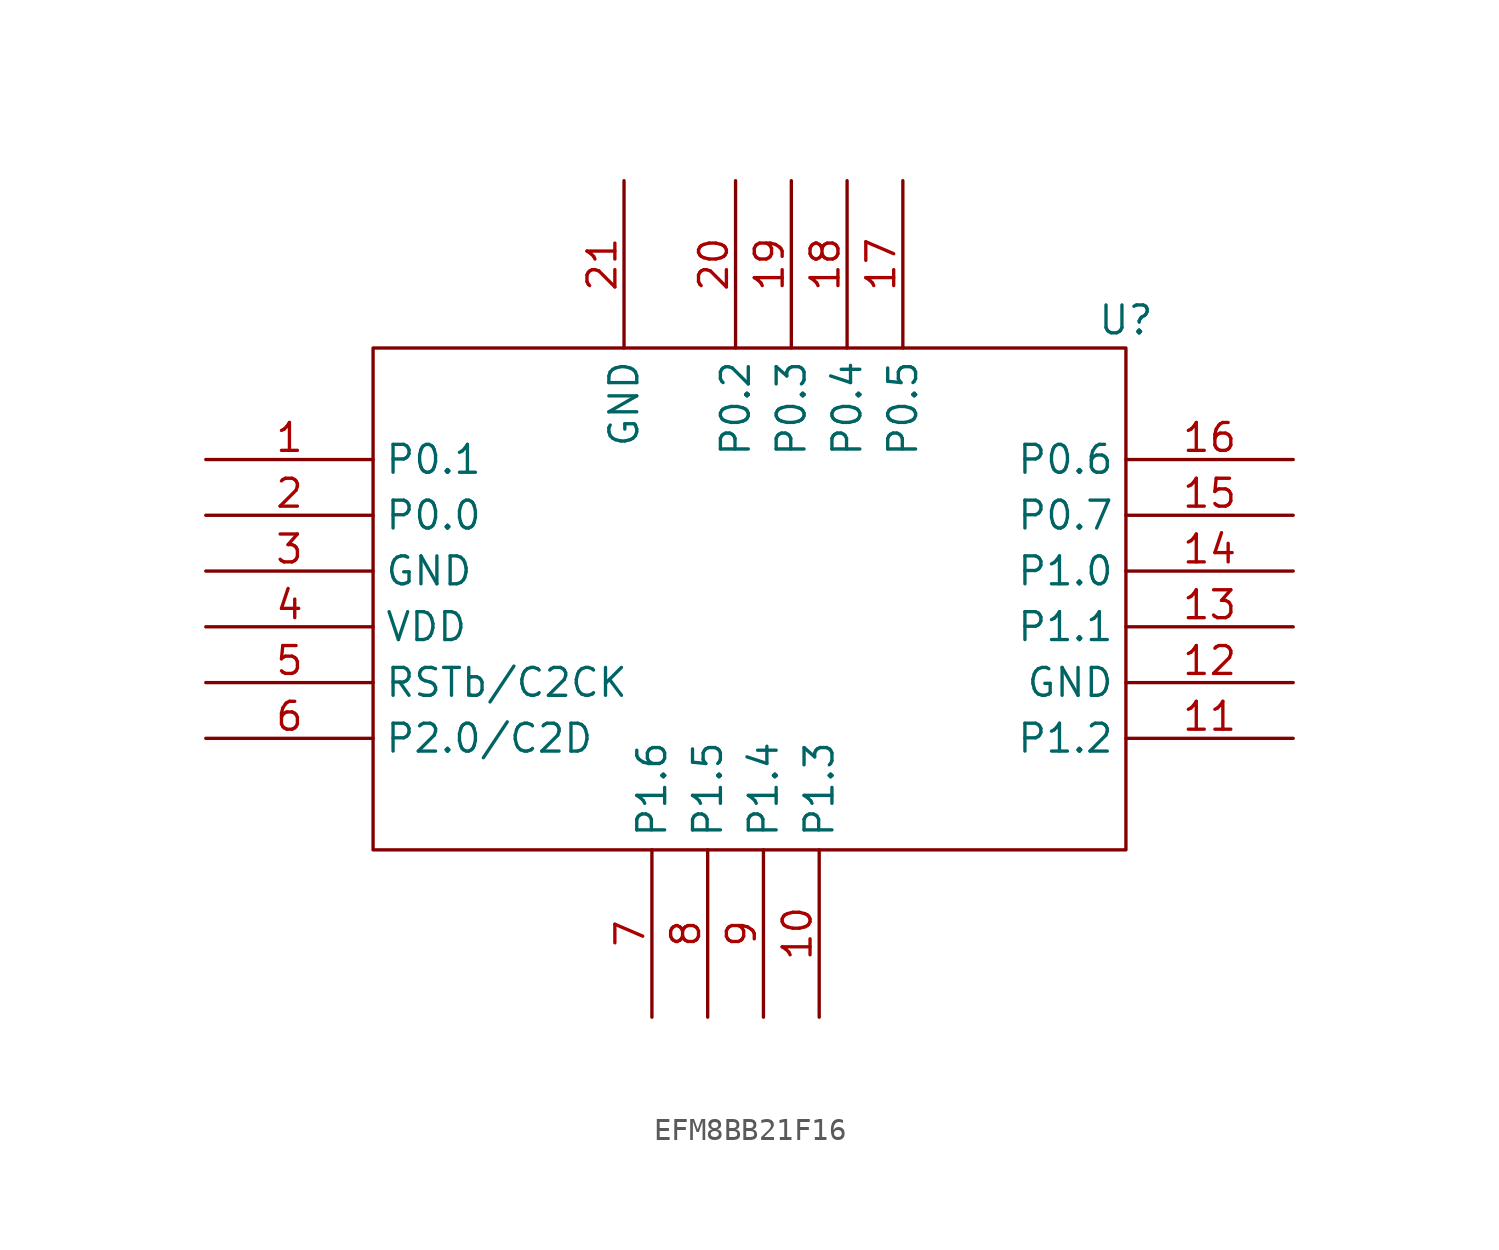
<source format=kicad_sym>
(kicad_symbol_lib
  (version 20220914)
  (generator kicad_symbol_editor)
  (symbol "EFM8BB21F16"
    (property "Reference" "U"
      (at 16.51 12.7 0)
      (effects (font (size 1.27 1.27))))
    (property "Value" ""
      (at 0 0 0)
      (effects (font (size 1.27 1.27))))
    (symbol "EFM8BB21F16_0_1"
      (rectangle (start -17.78 11.43) (end 16.51 -11.43) (stroke (width 0) (type solid)) (fill (type none))))
    (symbol "EFM8BB21F16_1_1"
      (pin input line (at -25.4 6.35 0) (length 7.62) (name "P0.1" (effects (font (size 1.27 1.27)))) (number "1" (effects (font (size 1.27 1.27)))))
      (pin input line (at 2.54 -19.05 90) (length 7.62) (name "P1.3" (effects (font (size 1.27 1.27)))) (number "10" (effects (font (size 1.27 1.27)))))
      (pin input line (at 24.13 -6.35 180) (length 7.62) (name "P1.2" (effects (font (size 1.27 1.27)))) (number "11" (effects (font (size 1.27 1.27)))))
      (pin input line (at 24.13 -3.81 180) (length 7.62) (name "GND" (effects (font (size 1.27 1.27)))) (number "12" (effects (font (size 1.27 1.27)))))
      (pin input line (at 24.13 -1.27 180) (length 7.62) (name "P1.1" (effects (font (size 1.27 1.27)))) (number "13" (effects (font (size 1.27 1.27)))))
      (pin input line (at 24.13 1.27 180) (length 7.62) (name "P1.0" (effects (font (size 1.27 1.27)))) (number "14" (effects (font (size 1.27 1.27)))))
      (pin input line (at 24.13 3.81 180) (length 7.62) (name "P0.7" (effects (font (size 1.27 1.27)))) (number "15" (effects (font (size 1.27 1.27)))))
      (pin input line (at 24.13 6.35 180) (length 7.62) (name "P0.6" (effects (font (size 1.27 1.27)))) (number "16" (effects (font (size 1.27 1.27)))))
      (pin input line (at 6.35 19.05 270) (length 7.62) (name "P0.5" (effects (font (size 1.27 1.27)))) (number "17" (effects (font (size 1.27 1.27)))))
      (pin input line (at 3.81 19.05 270) (length 7.62) (name "P0.4" (effects (font (size 1.27 1.27)))) (number "18" (effects (font (size 1.27 1.27)))))
      (pin input line (at 1.27 19.05 270) (length 7.62) (name "P0.3" (effects (font (size 1.27 1.27)))) (number "19" (effects (font (size 1.27 1.27)))))
      (pin input line (at -25.4 3.81 0) (length 7.62) (name "P0.0" (effects (font (size 1.27 1.27)))) (number "2" (effects (font (size 1.27 1.27)))))
      (pin input line (at -1.27 19.05 270) (length 7.62) (name "P0.2" (effects (font (size 1.27 1.27)))) (number "20" (effects (font (size 1.27 1.27)))))
      (pin input line (at -6.35 19.05 270) (length 7.62) (name "GND" (effects (font (size 1.27 1.27)))) (number "21" (effects (font (size 1.27 1.27)))))
      (pin input line (at -25.4 1.27 0) (length 7.62) (name "GND" (effects (font (size 1.27 1.27)))) (number "3" (effects (font (size 1.27 1.27)))))
      (pin input line (at -25.4 -1.27 0) (length 7.62) (name "VDD" (effects (font (size 1.27 1.27)))) (number "4" (effects (font (size 1.27 1.27)))))
      (pin input line (at -25.4 -3.81 0) (length 7.62) (name "RSTb/C2CK" (effects (font (size 1.27 1.27)))) (number "5" (effects (font (size 1.27 1.27)))))
      (pin input line (at -25.4 -6.35 0) (length 7.62) (name "P2.0/C2D" (effects (font (size 1.27 1.27)))) (number "6" (effects (font (size 1.27 1.27)))))
      (pin input line (at -5.08 -19.05 90) (length 7.62) (name "P1.6" (effects (font (size 1.27 1.27)))) (number "7" (effects (font (size 1.27 1.27)))))
      (pin input line (at -2.54 -19.05 90) (length 7.62) (name "P1.5" (effects (font (size 1.27 1.27)))) (number "8" (effects (font (size 1.27 1.27)))))
      (pin input line (at 0 -19.05 90) (length 7.62) (name "P1.4" (effects (font (size 1.27 1.27)))) (number "9" (effects (font (size 1.27 1.27))))))))
</source>
